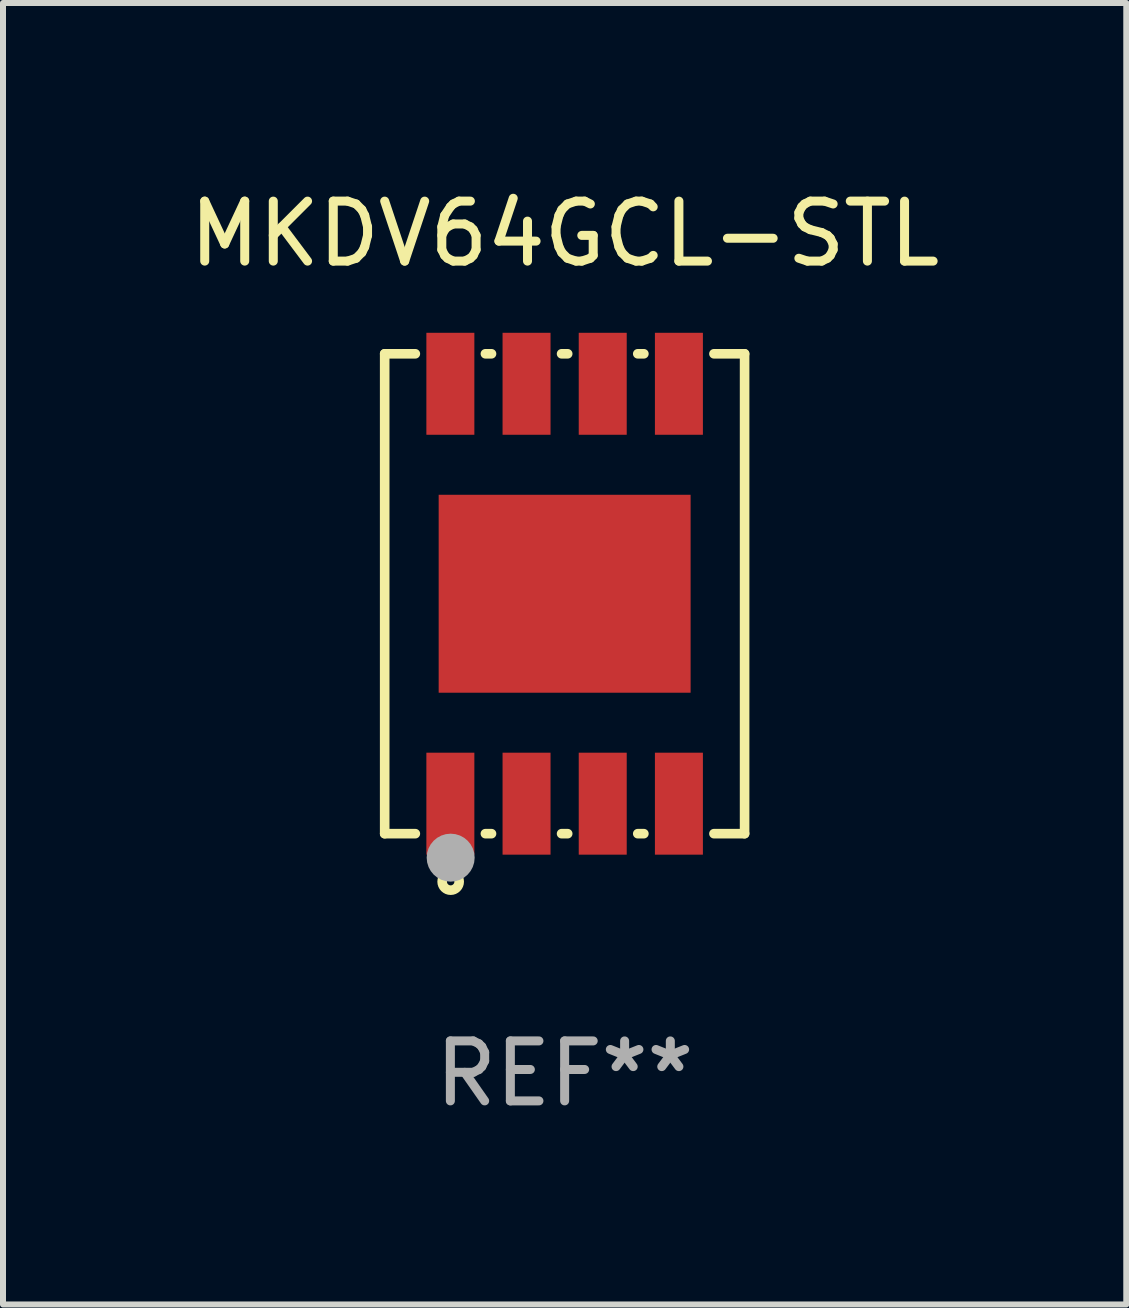
<source format=kicad_pcb>
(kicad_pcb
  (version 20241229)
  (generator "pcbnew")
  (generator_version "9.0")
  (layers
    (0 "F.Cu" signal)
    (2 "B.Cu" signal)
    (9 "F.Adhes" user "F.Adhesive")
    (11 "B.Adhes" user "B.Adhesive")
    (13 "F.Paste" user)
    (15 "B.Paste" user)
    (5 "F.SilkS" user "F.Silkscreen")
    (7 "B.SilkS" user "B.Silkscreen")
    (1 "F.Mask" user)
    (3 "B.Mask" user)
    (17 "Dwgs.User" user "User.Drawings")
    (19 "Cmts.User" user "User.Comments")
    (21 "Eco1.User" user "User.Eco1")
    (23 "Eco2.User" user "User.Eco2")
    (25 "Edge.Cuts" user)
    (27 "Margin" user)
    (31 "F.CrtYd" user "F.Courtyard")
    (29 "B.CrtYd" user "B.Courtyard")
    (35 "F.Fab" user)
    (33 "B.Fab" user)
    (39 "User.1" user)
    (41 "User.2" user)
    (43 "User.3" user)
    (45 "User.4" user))
  (footprint "MKDV64GCL-STL"
    (layer "F.Cu")
    (at 6.363 6.848)
    (property "Reference" "MKDV64GCL-STL" (at 0 -6 0) (layer "F.SilkS") (effects (font (size 1 1) (thickness 0.15))))
    (attr through_hole)
    (fp_line (start -3 -4) (end -2.489 -4) (stroke (width 0.16) (type solid)) (layer "F.SilkS"))
    (fp_line (start -3 4) (end -3 -4) (stroke (width 0.16) (type solid)) (layer "F.SilkS"))
    (fp_line (start -3 4) (end -2.489 4) (stroke (width 0.16) (type solid)) (layer "F.SilkS"))
    (fp_line (start -1.321 -4) (end -1.219 -4) (stroke (width 0.16) (type solid)) (layer "F.SilkS"))
    (fp_line (start -1.321 4) (end -1.219 4) (stroke (width 0.16) (type solid)) (layer "F.SilkS"))
    (fp_line (start -0.051 -4) (end 0.051 -4) (stroke (width 0.16) (type solid)) (layer "F.SilkS"))
    (fp_line (start -0.051 4) (end 0.051 4) (stroke (width 0.16) (type solid)) (layer "F.SilkS"))
    (fp_line (start 1.219 -4) (end 1.321 -4) (stroke (width 0.16) (type solid)) (layer "F.SilkS"))
    (fp_line (start 1.219 4) (end 1.321 4) (stroke (width 0.16) (type solid)) (layer "F.SilkS"))
    (fp_line (start 2.489 -4) (end 3 -4) (stroke (width 0.16) (type solid)) (layer "F.SilkS"))
    (fp_line (start 2.489 4) (end 3 4) (stroke (width 0.16) (type solid)) (layer "F.SilkS"))
    (fp_line (start 3 4) (end 3 -4) (stroke (width 0.16) (type solid)) (layer "F.SilkS"))
    (fp_circle (center -3 4) (end -2.97 4) (stroke (width 0.06) (type solid)) (fill no) (layer "F.SilkS"))
    (fp_circle (center -1.9 4.8) (end -1.758 4.8) (stroke (width 0.16) (type solid)) (fill no) (layer "F.SilkS"))
    (fp_circle (center -1.9 4.4) (end -1.7 4.4) (stroke (width 0.4) (type solid)) (fill no) (layer "F.Fab"))
    (fp_text user "REF**" (at 0 8 0) (layer "F.Fab") (effects (font (size 1 1) (thickness 0.15))))
    (pad "1" smd rect (at -1.905 3.5 90) (size 1.7 0.8) (layers "F.Cu" "F.Mask" "F.Paste"))
    (pad "2" smd rect (at -0.635 3.5 90) (size 1.7 0.8) (layers "F.Cu" "F.Mask" "F.Paste"))
    (pad "3" smd rect (at 0.635 3.5 90) (size 1.7 0.8) (layers "F.Cu" "F.Mask" "F.Paste"))
    (pad "4" smd rect (at 1.905 3.5 90) (size 1.7 0.8) (layers "F.Cu" "F.Mask" "F.Paste"))
    (pad "5" smd rect (at 1.905 -3.5 90) (size 1.7 0.8) (layers "F.Cu" "F.Mask" "F.Paste"))
    (pad "6" smd rect (at 0.635 -3.5 90) (size 1.7 0.8) (layers "F.Cu" "F.Mask" "F.Paste"))
    (pad "7" smd rect (at -0.635 -3.5 90) (size 1.7 0.8) (layers "F.Cu" "F.Mask" "F.Paste"))
    (pad "8" smd rect (at -1.905 -3.5 90) (size 1.7 0.8) (layers "F.Cu" "F.Mask" "F.Paste"))
    (pad "9" smd rect (at 0 0.000254 180) (size 4.2 3.3) (layers "F.Cu" "F.Mask" "F.Paste")))
  (gr_rect
    (start -3 -3)
    (end 15.726 18.697)
    (stroke (width 0.1) (type default))
    (fill no)
    (layer "Edge.Cuts")))
</source>
